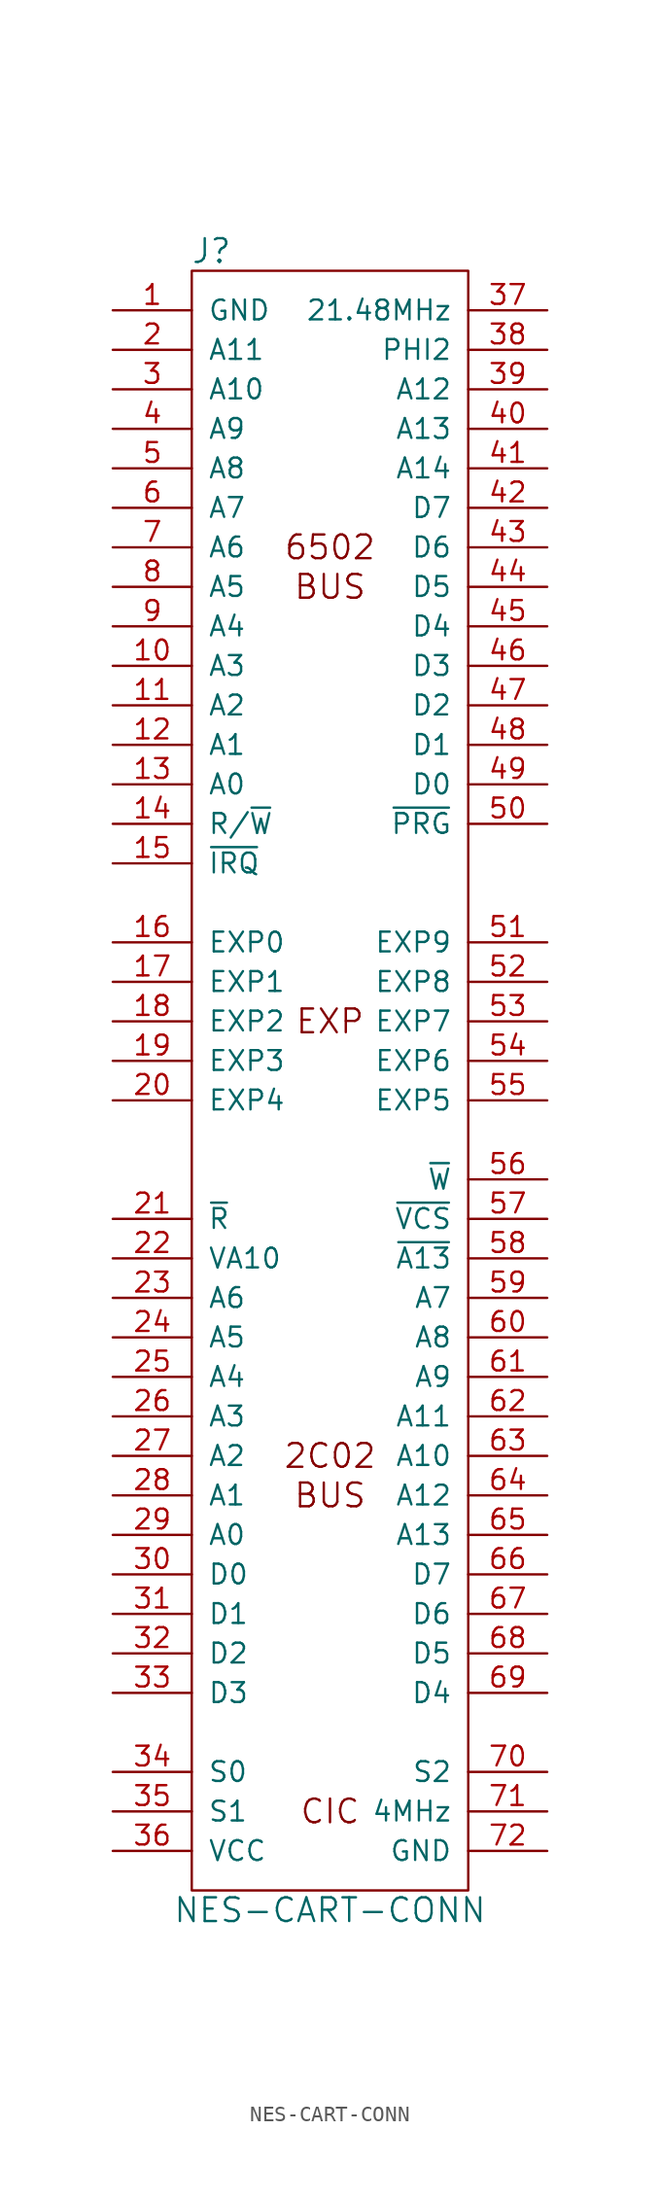
<source format=kicad_sym>
(kicad_symbol_lib
  (version 20241209)
  (generator "kicad_symbol_editor")
  (generator_version "9.0")
  (symbol "NES-CART-CONN"
    (pin_names
      (offset 1.016))
    (property "Reference" "J"
      (at -7.62 52.07 0)
      (effects (font (size 1.524 1.524))))
    (property "Value" "NES-CART-CONN"
      (at 0 -54.61 0)
      (effects (font (size 1.524 1.524))))
    (property "Footprint" ""
      (at 0 5.08 0)
      (effects (font (size 1.524 1.524))))
    (property "Datasheet" ""
      (at 0 5.08 0)
      (effects (font (size 1.524 1.524))))
    (symbol "NES-CART-CONN_0_0"
      (text "6502" (at 0 33.02 0) (effects (font (size 1.524 1.524))))
      (text "BUS" (at 0 30.48 0) (effects (font (size 1.524 1.524))))
      (text "EXP" (at 0 2.54 0) (effects (font (size 1.524 1.524))))
      (text "2C02" (at 0 -25.4 0) (effects (font (size 1.524 1.524))))
      (text "BUS" (at 0 -27.94 0) (effects (font (size 1.524 1.524))))
      (text "CIC" (at 0 -48.26 0) (effects (font (size 1.524 1.524)))))
    (symbol "NES-CART-CONN_0_1"
      (rectangle (start -8.89 50.8) (end 8.89 -53.34) (stroke (width 0) (type default)) (fill (type none))))
    (symbol "NES-CART-CONN_1_1"
      (pin power_out line (at -13.97 48.26 0) (length 5.08) (name "GND" (effects (font (size 1.27 1.27)))) (number "1" (effects (font (size 1.27 1.27)))))
      (pin input line (at -13.97 45.72 0) (length 5.08) (name "A11" (effects (font (size 1.27 1.27)))) (number "2" (effects (font (size 1.27 1.27)))))
      (pin input line (at -13.97 43.18 0) (length 5.08) (name "A10" (effects (font (size 1.27 1.27)))) (number "3" (effects (font (size 1.27 1.27)))))
      (pin input line (at -13.97 40.64 0) (length 5.08) (name "A9" (effects (font (size 1.27 1.27)))) (number "4" (effects (font (size 1.27 1.27)))))
      (pin input line (at -13.97 38.1 0) (length 5.08) (name "A8" (effects (font (size 1.27 1.27)))) (number "5" (effects (font (size 1.27 1.27)))))
      (pin input line (at -13.97 35.56 0) (length 5.08) (name "A7" (effects (font (size 1.27 1.27)))) (number "6" (effects (font (size 1.27 1.27)))))
      (pin input line (at -13.97 33.02 0) (length 5.08) (name "A6" (effects (font (size 1.27 1.27)))) (number "7" (effects (font (size 1.27 1.27)))))
      (pin input line (at -13.97 30.48 0) (length 5.08) (name "A5" (effects (font (size 1.27 1.27)))) (number "8" (effects (font (size 1.27 1.27)))))
      (pin input line (at -13.97 27.94 0) (length 5.08) (name "A4" (effects (font (size 1.27 1.27)))) (number "9" (effects (font (size 1.27 1.27)))))
      (pin input line (at -13.97 25.4 0) (length 5.08) (name "A3" (effects (font (size 1.27 1.27)))) (number "10" (effects (font (size 1.27 1.27)))))
      (pin input line (at -13.97 22.86 0) (length 5.08) (name "A2" (effects (font (size 1.27 1.27)))) (number "11" (effects (font (size 1.27 1.27)))))
      (pin input line (at -13.97 20.32 0) (length 5.08) (name "A1" (effects (font (size 1.27 1.27)))) (number "12" (effects (font (size 1.27 1.27)))))
      (pin input line (at -13.97 17.78 0) (length 5.08) (name "A0" (effects (font (size 1.27 1.27)))) (number "13" (effects (font (size 1.27 1.27)))))
      (pin input line (at -13.97 15.24 0) (length 5.08) (name "R/~{W}" (effects (font (size 1.27 1.27)))) (number "14" (effects (font (size 1.27 1.27)))))
      (pin output line (at -13.97 12.7 0) (length 5.08) (name "~{IRQ}" (effects (font (size 1.27 1.27)))) (number "15" (effects (font (size 1.27 1.27)))))
      (pin unspecified line (at -13.97 7.62 0) (length 5.08) (name "EXP0" (effects (font (size 1.27 1.27)))) (number "16" (effects (font (size 1.27 1.27)))))
      (pin unspecified line (at -13.97 5.08 0) (length 5.08) (name "EXP1" (effects (font (size 1.27 1.27)))) (number "17" (effects (font (size 1.27 1.27)))))
      (pin unspecified line (at -13.97 2.54 0) (length 5.08) (name "EXP2" (effects (font (size 1.27 1.27)))) (number "18" (effects (font (size 1.27 1.27)))))
      (pin unspecified line (at -13.97 0 0) (length 5.08) (name "EXP3" (effects (font (size 1.27 1.27)))) (number "19" (effects (font (size 1.27 1.27)))))
      (pin unspecified line (at -13.97 -2.54 0) (length 5.08) (name "EXP4" (effects (font (size 1.27 1.27)))) (number "20" (effects (font (size 1.27 1.27)))))
      (pin input line (at -13.97 -10.16 0) (length 5.08) (name "~{R}" (effects (font (size 1.27 1.27)))) (number "21" (effects (font (size 1.27 1.27)))))
      (pin output line (at -13.97 -12.7 0) (length 5.08) (name "VA10" (effects (font (size 1.27 1.27)))) (number "22" (effects (font (size 1.27 1.27)))))
      (pin input line (at -13.97 -15.24 0) (length 5.08) (name "A6" (effects (font (size 1.27 1.27)))) (number "23" (effects (font (size 1.27 1.27)))))
      (pin input line (at -13.97 -17.78 0) (length 5.08) (name "A5" (effects (font (size 1.27 1.27)))) (number "24" (effects (font (size 1.27 1.27)))))
      (pin input line (at -13.97 -20.32 0) (length 5.08) (name "A4" (effects (font (size 1.27 1.27)))) (number "25" (effects (font (size 1.27 1.27)))))
      (pin input line (at -13.97 -22.86 0) (length 5.08) (name "A3" (effects (font (size 1.27 1.27)))) (number "26" (effects (font (size 1.27 1.27)))))
      (pin input line (at -13.97 -25.4 0) (length 5.08) (name "A2" (effects (font (size 1.27 1.27)))) (number "27" (effects (font (size 1.27 1.27)))))
      (pin input line (at -13.97 -27.94 0) (length 5.08) (name "A1" (effects (font (size 1.27 1.27)))) (number "28" (effects (font (size 1.27 1.27)))))
      (pin input line (at -13.97 -30.48 0) (length 5.08) (name "A0" (effects (font (size 1.27 1.27)))) (number "29" (effects (font (size 1.27 1.27)))))
      (pin tri_state line (at -13.97 -33.02 0) (length 5.08) (name "D0" (effects (font (size 1.27 1.27)))) (number "30" (effects (font (size 1.27 1.27)))))
      (pin tri_state line (at -13.97 -35.56 0) (length 5.08) (name "D1" (effects (font (size 1.27 1.27)))) (number "31" (effects (font (size 1.27 1.27)))))
      (pin tri_state line (at -13.97 -38.1 0) (length 5.08) (name "D2" (effects (font (size 1.27 1.27)))) (number "32" (effects (font (size 1.27 1.27)))))
      (pin tri_state line (at -13.97 -40.64 0) (length 5.08) (name "D3" (effects (font (size 1.27 1.27)))) (number "33" (effects (font (size 1.27 1.27)))))
      (pin tri_state line (at -13.97 -45.72 0) (length 5.08) (name "S0" (effects (font (size 1.27 1.27)))) (number "34" (effects (font (size 1.27 1.27)))))
      (pin tri_state line (at -13.97 -48.26 0) (length 5.08) (name "S1" (effects (font (size 1.27 1.27)))) (number "35" (effects (font (size 1.27 1.27)))))
      (pin power_in line (at -13.97 -50.8 0) (length 5.08) (name "VCC" (effects (font (size 1.27 1.27)))) (number "36" (effects (font (size 1.27 1.27)))))
      (pin input line (at 13.97 48.26 180) (length 5.08) (name "21.48MHz" (effects (font (size 1.27 1.27)))) (number "37" (effects (font (size 1.27 1.27)))))
      (pin input line (at 13.97 45.72 180) (length 5.08) (name "PHI2" (effects (font (size 1.27 1.27)))) (number "38" (effects (font (size 1.27 1.27)))))
      (pin input line (at 13.97 43.18 180) (length 5.08) (name "A12" (effects (font (size 1.27 1.27)))) (number "39" (effects (font (size 1.27 1.27)))))
      (pin input line (at 13.97 40.64 180) (length 5.08) (name "A13" (effects (font (size 1.27 1.27)))) (number "40" (effects (font (size 1.27 1.27)))))
      (pin input line (at 13.97 38.1 180) (length 5.08) (name "A14" (effects (font (size 1.27 1.27)))) (number "41" (effects (font (size 1.27 1.27)))))
      (pin tri_state line (at 13.97 35.56 180) (length 5.08) (name "D7" (effects (font (size 1.27 1.27)))) (number "42" (effects (font (size 1.27 1.27)))))
      (pin tri_state line (at 13.97 33.02 180) (length 5.08) (name "D6" (effects (font (size 1.27 1.27)))) (number "43" (effects (font (size 1.27 1.27)))))
      (pin tri_state line (at 13.97 30.48 180) (length 5.08) (name "D5" (effects (font (size 1.27 1.27)))) (number "44" (effects (font (size 1.27 1.27)))))
      (pin tri_state line (at 13.97 27.94 180) (length 5.08) (name "D4" (effects (font (size 1.27 1.27)))) (number "45" (effects (font (size 1.27 1.27)))))
      (pin tri_state line (at 13.97 25.4 180) (length 5.08) (name "D3" (effects (font (size 1.27 1.27)))) (number "46" (effects (font (size 1.27 1.27)))))
      (pin tri_state line (at 13.97 22.86 180) (length 5.08) (name "D2" (effects (font (size 1.27 1.27)))) (number "47" (effects (font (size 1.27 1.27)))))
      (pin tri_state line (at 13.97 20.32 180) (length 5.08) (name "D1" (effects (font (size 1.27 1.27)))) (number "48" (effects (font (size 1.27 1.27)))))
      (pin tri_state line (at 13.97 17.78 180) (length 5.08) (name "D0" (effects (font (size 1.27 1.27)))) (number "49" (effects (font (size 1.27 1.27)))))
      (pin input line (at 13.97 15.24 180) (length 5.08) (name "~{PRG}" (effects (font (size 1.27 1.27)))) (number "50" (effects (font (size 1.27 1.27)))))
      (pin unspecified line (at 13.97 7.62 180) (length 5.08) (name "EXP9" (effects (font (size 1.27 1.27)))) (number "51" (effects (font (size 1.27 1.27)))))
      (pin unspecified line (at 13.97 5.08 180) (length 5.08) (name "EXP8" (effects (font (size 1.27 1.27)))) (number "52" (effects (font (size 1.27 1.27)))))
      (pin unspecified line (at 13.97 2.54 180) (length 5.08) (name "EXP7" (effects (font (size 1.27 1.27)))) (number "53" (effects (font (size 1.27 1.27)))))
      (pin unspecified line (at 13.97 0 180) (length 5.08) (name "EXP6" (effects (font (size 1.27 1.27)))) (number "54" (effects (font (size 1.27 1.27)))))
      (pin unspecified line (at 13.97 -2.54 180) (length 5.08) (name "EXP5" (effects (font (size 1.27 1.27)))) (number "55" (effects (font (size 1.27 1.27)))))
      (pin input line (at 13.97 -7.62 180) (length 5.08) (name "~{W}" (effects (font (size 1.27 1.27)))) (number "56" (effects (font (size 1.27 1.27)))))
      (pin output line (at 13.97 -10.16 180) (length 5.08) (name "~{VCS}" (effects (font (size 1.27 1.27)))) (number "57" (effects (font (size 1.27 1.27)))))
      (pin input line (at 13.97 -12.7 180) (length 5.08) (name "~{A13}" (effects (font (size 1.27 1.27)))) (number "58" (effects (font (size 1.27 1.27)))))
      (pin input line (at 13.97 -15.24 180) (length 5.08) (name "A7" (effects (font (size 1.27 1.27)))) (number "59" (effects (font (size 1.27 1.27)))))
      (pin input line (at 13.97 -17.78 180) (length 5.08) (name "A8" (effects (font (size 1.27 1.27)))) (number "60" (effects (font (size 1.27 1.27)))))
      (pin input line (at 13.97 -20.32 180) (length 5.08) (name "A9" (effects (font (size 1.27 1.27)))) (number "61" (effects (font (size 1.27 1.27)))))
      (pin input line (at 13.97 -22.86 180) (length 5.08) (name "A11" (effects (font (size 1.27 1.27)))) (number "62" (effects (font (size 1.27 1.27)))))
      (pin input line (at 13.97 -25.4 180) (length 5.08) (name "A10" (effects (font (size 1.27 1.27)))) (number "63" (effects (font (size 1.27 1.27)))))
      (pin input line (at 13.97 -27.94 180) (length 5.08) (name "A12" (effects (font (size 1.27 1.27)))) (number "64" (effects (font (size 1.27 1.27)))))
      (pin input line (at 13.97 -30.48 180) (length 5.08) (name "A13" (effects (font (size 1.27 1.27)))) (number "65" (effects (font (size 1.27 1.27)))))
      (pin tri_state line (at 13.97 -33.02 180) (length 5.08) (name "D7" (effects (font (size 1.27 1.27)))) (number "66" (effects (font (size 1.27 1.27)))))
      (pin tri_state line (at 13.97 -35.56 180) (length 5.08) (name "D6" (effects (font (size 1.27 1.27)))) (number "67" (effects (font (size 1.27 1.27)))))
      (pin tri_state line (at 13.97 -38.1 180) (length 5.08) (name "D5" (effects (font (size 1.27 1.27)))) (number "68" (effects (font (size 1.27 1.27)))))
      (pin tri_state line (at 13.97 -40.64 180) (length 5.08) (name "D4" (effects (font (size 1.27 1.27)))) (number "69" (effects (font (size 1.27 1.27)))))
      (pin tri_state line (at 13.97 -45.72 180) (length 5.08) (name "S2" (effects (font (size 1.27 1.27)))) (number "70" (effects (font (size 1.27 1.27)))))
      (pin input line (at 13.97 -48.26 180) (length 5.08) (name "4MHz" (effects (font (size 1.27 1.27)))) (number "71" (effects (font (size 1.27 1.27)))))
      (pin power_in line (at 13.97 -50.8 180) (length 5.08) (name "GND" (effects (font (size 1.27 1.27)))) (number "72" (effects (font (size 1.27 1.27))))))))
</source>
